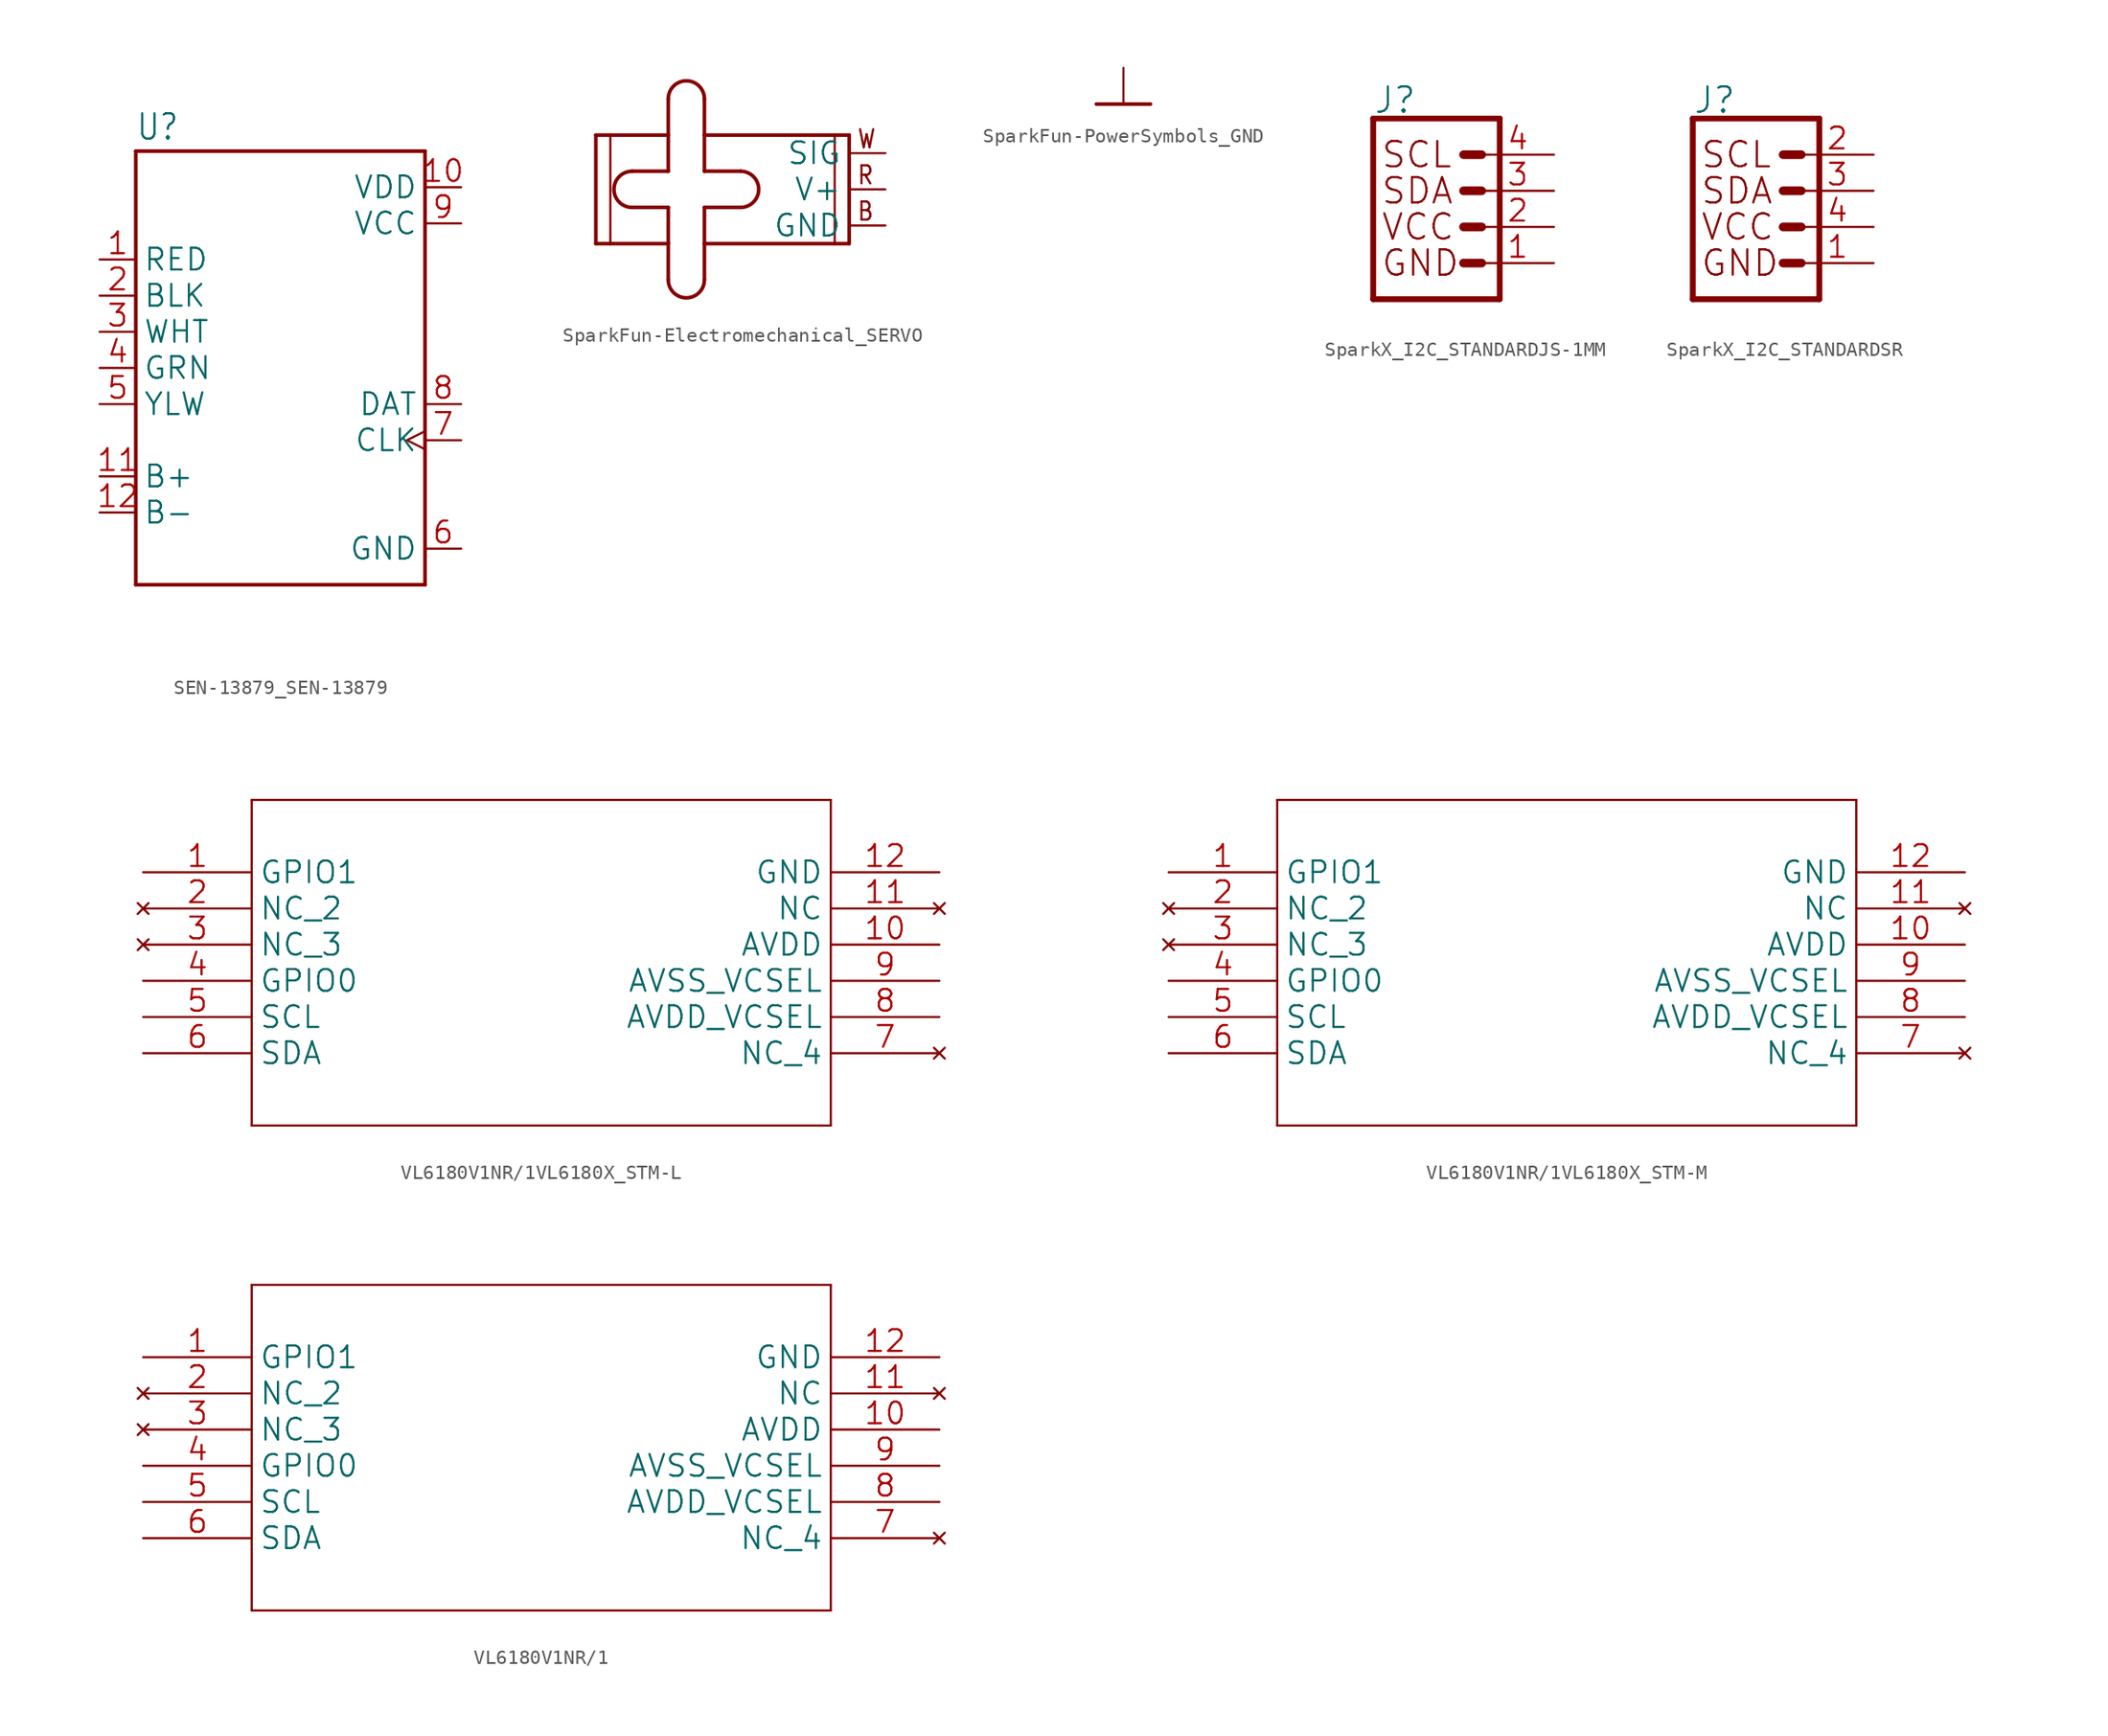
<source format=kicad_sym>
(kicad_symbol_lib
  (version 20241209)
  (generator "kicad_symbol_editor")
  (generator_version "9.0")
  (symbol "SEN-13879_SEN-13879"
    (property "Reference" "U"
      (at -10.172 15.894 0)
      (effects (font (size 1.78 1.513)) (justify left bottom)))
    (property "Value" ""
      (at -10.164 -17.787 0)
      (effects (font (size 1.779 1.512)) (justify left bottom)))
    (property "ki_locked" ""
      (at 0 0 0)
      (effects (font (size 1.27 1.27))))
    (symbol "SEN-13879_SEN-13879_1_0"
      (polyline (pts (xy -10.16 15.24) (xy 10.16 15.24)) (stroke (width 0.254) (type solid)) (fill (type none)))
      (polyline (pts (xy -10.16 -15.24) (xy -10.16 15.24)) (stroke (width 0.254) (type solid)) (fill (type none)))
      (polyline (pts (xy 10.16 15.24) (xy 10.16 -15.24)) (stroke (width 0.254) (type solid)) (fill (type none)))
      (polyline (pts (xy 10.16 -15.24) (xy -10.16 -15.24)) (stroke (width 0.254) (type solid)) (fill (type none)))
      (pin bidirectional line (at -12.7 7.62 0) (length 2.54) (name "RED" (effects (font (size 1.524 1.524)))) (number "1" (effects (font (size 1.524 1.524)))))
      (pin bidirectional line (at -12.7 5.08 0) (length 2.54) (name "BLK" (effects (font (size 1.524 1.524)))) (number "2" (effects (font (size 1.524 1.524)))))
      (pin input line (at -12.7 2.54 0) (length 2.54) (name "WHT" (effects (font (size 1.524 1.524)))) (number "3" (effects (font (size 1.524 1.524)))))
      (pin input line (at -12.7 0 0) (length 2.54) (name "GRN" (effects (font (size 1.524 1.524)))) (number "4" (effects (font (size 1.524 1.524)))))
      (pin bidirectional line (at -12.7 -2.54 0) (length 2.54) (name "YLW" (effects (font (size 1.524 1.524)))) (number "5" (effects (font (size 1.524 1.524)))))
      (pin input line (at -12.7 -7.62 0) (length 2.54) (name "B+" (effects (font (size 1.524 1.524)))) (number "11" (effects (font (size 1.524 1.524)))))
      (pin input line (at -12.7 -10.16 0) (length 2.54) (name "B-" (effects (font (size 1.524 1.524)))) (number "12" (effects (font (size 1.524 1.524)))))
      (pin power_in line (at 12.7 12.7 180) (length 2.54) (name "VDD" (effects (font (size 1.524 1.524)))) (number "10" (effects (font (size 1.524 1.524)))))
      (pin power_in line (at 12.7 10.16 180) (length 2.54) (name "VCC" (effects (font (size 1.524 1.524)))) (number "9" (effects (font (size 1.524 1.524)))))
      (pin output line (at 12.7 -2.54 180) (length 2.54) (name "DAT" (effects (font (size 1.524 1.524)))) (number "8" (effects (font (size 1.524 1.524)))))
      (pin input clock (at 12.7 -5.08 180) (length 2.54) (name "CLK" (effects (font (size 1.524 1.524)))) (number "7" (effects (font (size 1.524 1.524)))))
      (pin power_in line (at 12.7 -12.7 180) (length 2.54) (name "GND" (effects (font (size 1.524 1.524)))) (number "6" (effects (font (size 1.524 1.524)))))))
  (symbol "SparkFun-Electromechanical_SERVO"
    (property "Reference" "M"
      (at -9.906 1.524 0)
      (effects (font (size 1.778 1.778)) (justify left bottom) (hide yes)))
    (property "ki_locked" ""
      (at 0 0 0)
      (effects (font (size 1.27 1.27))))
    (symbol "SparkFun-Electromechanical_SERVO_1_0"
      (polyline (pts (xy -17.78 1.27) (xy -17.78 -6.35)) (stroke (width 0.254) (type solid)) (fill (type none)))
      (polyline (pts (xy -17.78 -6.35) (xy -16.764 -6.35)) (stroke (width 0.254) (type solid)) (fill (type none)))
      (polyline (pts (xy -16.764 1.27) (xy -17.78 1.27)) (stroke (width 0.254) (type solid)) (fill (type none)))
      (polyline (pts (xy -16.764 1.27) (xy -16.764 -6.35)) (stroke (width 0.152) (type solid)) (fill (type none)))
      (polyline (pts (xy -16.764 -6.35) (xy -12.7 -6.35)) (stroke (width 0.254) (type solid)) (fill (type none)))
      (polyline (pts (xy -15.24 -1.27) (xy -12.7 -1.27)) (stroke (width 0.254) (type solid)) (fill (type none)))
      (arc (start -15.24 -3.81) (mid -16.51 -2.54) (end -15.24 -1.27) (stroke (width 0.254) (type solid)) (fill (type none)))
      (polyline (pts (xy -15.24 -3.81) (xy -12.7 -3.81)) (stroke (width 0.254) (type solid)) (fill (type none)))
      (polyline (pts (xy -12.7 1.27) (xy -16.764 1.27)) (stroke (width 0.254) (type solid)) (fill (type none)))
      (polyline (pts (xy -12.7 1.27) (xy -12.7 3.81)) (stroke (width 0.254) (type solid)) (fill (type none)))
      (polyline (pts (xy -12.7 -1.27) (xy -12.7 1.27)) (stroke (width 0.254) (type solid)) (fill (type none)))
      (polyline (pts (xy -12.7 -3.81) (xy -12.7 -6.35)) (stroke (width 0.254) (type solid)) (fill (type none)))
      (polyline (pts (xy -12.7 -6.35) (xy -12.7 -8.89)) (stroke (width 0.254) (type solid)) (fill (type none)))
      (arc (start -12.7 3.81) (mid -11.43 5.08) (end -10.16 3.81) (stroke (width 0.254) (type solid)) (fill (type none)))
      (arc (start -10.16 -8.89) (mid -11.43 -10.16) (end -12.7 -8.89) (stroke (width 0.254) (type solid)) (fill (type none)))
      (polyline (pts (xy -10.16 3.81) (xy -10.16 1.27)) (stroke (width 0.254) (type solid)) (fill (type none)))
      (polyline (pts (xy -10.16 1.27) (xy -10.16 -1.27)) (stroke (width 0.254) (type solid)) (fill (type none)))
      (polyline (pts (xy -10.16 -1.27) (xy -7.62 -1.27)) (stroke (width 0.254) (type solid)) (fill (type none)))
      (polyline (pts (xy -10.16 -3.81) (xy -10.16 -6.35)) (stroke (width 0.254) (type solid)) (fill (type none)))
      (polyline (pts (xy -10.16 -6.35) (xy -10.16 -8.89)) (stroke (width 0.254) (type solid)) (fill (type none)))
      (polyline (pts (xy -10.16 -6.35) (xy -1.016 -6.35)) (stroke (width 0.254) (type solid)) (fill (type none)))
      (arc (start -7.62 -1.27) (mid -6.35 -2.54) (end -7.62 -3.81) (stroke (width 0.254) (type solid)) (fill (type none)))
      (polyline (pts (xy -7.62 -3.81) (xy -10.16 -3.81)) (stroke (width 0.254) (type solid)) (fill (type none)))
      (polyline (pts (xy -1.016 1.27) (xy -10.16 1.27)) (stroke (width 0.254) (type solid)) (fill (type none)))
      (polyline (pts (xy -1.016 1.27) (xy -1.016 -6.35)) (stroke (width 0.152) (type solid)) (fill (type none)))
      (polyline (pts (xy -1.016 -6.35) (xy 0 -6.35)) (stroke (width 0.254) (type solid)) (fill (type none)))
      (polyline (pts (xy 0 1.27) (xy -1.016 1.27)) (stroke (width 0.254) (type solid)) (fill (type none)))
      (polyline (pts (xy 0 -6.35) (xy 0 1.27)) (stroke (width 0.254) (type solid)) (fill (type none)))
      (text "W" (at 0.508 0.254 0) (effects (font (size 1.27 1.079)) (justify left bottom)))
      (text "R" (at 0.508 -2.286 0) (effects (font (size 1.27 1.079)) (justify left bottom)))
      (text "B" (at 0.508 -4.826 0) (effects (font (size 1.27 1.079)) (justify left bottom)))
      (pin bidirectional line (at 2.54 0 180) (length 2.54) (name "SIG" (effects (font (size 1.524 1.524)))) (number "1" (effects (font (size 0 0)))))
      (pin bidirectional line (at 2.54 -2.54 180) (length 2.54) (name "V+" (effects (font (size 1.524 1.524)))) (number "2" (effects (font (size 0 0)))))
      (pin bidirectional line (at 2.54 -5.08 180) (length 2.54) (name "GND" (effects (font (size 1.524 1.524)))) (number "3" (effects (font (size 0 0)))))))
  (symbol "SparkFun-PowerSymbols_GND"
    (power)
    (property "Reference" "#GND"
      (at 0 0 0)
      (effects (font (size 1.27 1.27)) (hide yes)))
    (property "Value" ""
      (at 0 -0.254 0)
      (effects (font (size 1.778 1.778)) (justify top)))
    (property "ki_locked" ""
      (at 0 0 0)
      (effects (font (size 1.27 1.27))))
    (symbol "SparkFun-PowerSymbols_GND_1_0"
      (polyline (pts (xy -1.905 0) (xy 1.905 0)) (stroke (width 0.254) (type solid)) (fill (type none)))
      (pin power_in line (at 0 2.54 270) (length 2.54) (name "GND" (effects (font (size 0 0)))) (number "1" (effects (font (size 0 0)))))))
  (symbol "SparkX_I2C_STANDARDJS-1MM"
    (property "Reference" "J"
      (at -5.08 7.874 0)
      (effects (font (size 1.778 1.778)) (justify left bottom)))
    (property "Value" ""
      (at -5.08 -5.334 0)
      (effects (font (size 1.778 1.778)) (justify left top)))
    (property "ki_locked" ""
      (at 0 0 0)
      (effects (font (size 1.27 1.27))))
    (symbol "SparkX_I2C_STANDARDJS-1MM_1_0"
      (polyline (pts (xy -5.08 7.62) (xy -5.08 -5.08)) (stroke (width 0.406) (type solid)) (fill (type none)))
      (polyline (pts (xy -5.08 7.62) (xy 3.81 7.62)) (stroke (width 0.406) (type solid)) (fill (type none)))
      (polyline (pts (xy 1.27 5.08) (xy 2.54 5.08)) (stroke (width 0.61) (type solid)) (fill (type none)))
      (polyline (pts (xy 1.27 2.54) (xy 2.54 2.54)) (stroke (width 0.61) (type solid)) (fill (type none)))
      (polyline (pts (xy 1.27 0) (xy 2.54 0)) (stroke (width 0.61) (type solid)) (fill (type none)))
      (polyline (pts (xy 1.27 -2.54) (xy 2.54 -2.54)) (stroke (width 0.61) (type solid)) (fill (type none)))
      (polyline (pts (xy 3.81 -5.08) (xy -5.08 -5.08)) (stroke (width 0.406) (type solid)) (fill (type none)))
      (polyline (pts (xy 3.81 -5.08) (xy 3.81 7.62)) (stroke (width 0.406) (type solid)) (fill (type none)))
      (text "SCL" (at -4.572 5.08 0) (effects (font (size 1.778 1.778)) (justify left)))
      (text "SDA" (at -4.572 2.54 0) (effects (font (size 1.778 1.778)) (justify left)))
      (text "VCC" (at -4.572 0 0) (effects (font (size 1.778 1.778)) (justify left)))
      (text "GND" (at -4.572 -2.54 0) (effects (font (size 1.778 1.778)) (justify left)))
      (pin passive line (at 7.62 5.08 180) (length 5.08) (name "SCL" (effects (font (size 0 0)))) (number "4" (effects (font (size 1.524 1.524)))))
      (pin passive line (at 7.62 2.54 180) (length 5.08) (name "SDA" (effects (font (size 0 0)))) (number "3" (effects (font (size 1.524 1.524)))))
      (pin power_in line (at 7.62 0 180) (length 5.08) (name "VCC" (effects (font (size 0 0)))) (number "2" (effects (font (size 1.524 1.524)))))
      (pin power_in line (at 7.62 -2.54 180) (length 5.08) (name "GND" (effects (font (size 0 0)))) (number "1" (effects (font (size 1.524 1.524)))))))
  (symbol "SparkX_I2C_STANDARDSR"
    (property "Reference" "J"
      (at -5.08 7.874 0)
      (effects (font (size 1.778 1.778)) (justify left bottom)))
    (property "Value" ""
      (at -5.08 -5.334 0)
      (effects (font (size 1.778 1.778)) (justify left top)))
    (property "ki_locked" ""
      (at 0 0 0)
      (effects (font (size 1.27 1.27))))
    (symbol "SparkX_I2C_STANDARDSR_1_0"
      (polyline (pts (xy -5.08 7.62) (xy -5.08 -5.08)) (stroke (width 0.406) (type solid)) (fill (type none)))
      (polyline (pts (xy -5.08 7.62) (xy 3.81 7.62)) (stroke (width 0.406) (type solid)) (fill (type none)))
      (polyline (pts (xy 1.27 5.08) (xy 2.54 5.08)) (stroke (width 0.61) (type solid)) (fill (type none)))
      (polyline (pts (xy 1.27 2.54) (xy 2.54 2.54)) (stroke (width 0.61) (type solid)) (fill (type none)))
      (polyline (pts (xy 1.27 0) (xy 2.54 0)) (stroke (width 0.61) (type solid)) (fill (type none)))
      (polyline (pts (xy 1.27 -2.54) (xy 2.54 -2.54)) (stroke (width 0.61) (type solid)) (fill (type none)))
      (polyline (pts (xy 3.81 -5.08) (xy -5.08 -5.08)) (stroke (width 0.406) (type solid)) (fill (type none)))
      (polyline (pts (xy 3.81 -5.08) (xy 3.81 7.62)) (stroke (width 0.406) (type solid)) (fill (type none)))
      (text "SCL" (at -4.572 5.08 0) (effects (font (size 1.778 1.778)) (justify left)))
      (text "SDA" (at -4.572 2.54 0) (effects (font (size 1.778 1.778)) (justify left)))
      (text "VCC" (at -4.572 0 0) (effects (font (size 1.778 1.778)) (justify left)))
      (text "GND" (at -4.572 -2.54 0) (effects (font (size 1.778 1.778)) (justify left)))
      (pin passive line (at 7.62 5.08 180) (length 5.08) (name "SCL" (effects (font (size 0 0)))) (number "2" (effects (font (size 1.524 1.524)))))
      (pin passive line (at 7.62 2.54 180) (length 5.08) (name "SDA" (effects (font (size 0 0)))) (number "3" (effects (font (size 1.524 1.524)))))
      (pin power_in line (at 7.62 0 180) (length 5.08) (name "VCC" (effects (font (size 0 0)))) (number "4" (effects (font (size 1.524 1.524)))))
      (pin power_in line (at 7.62 -2.54 180) (length 5.08) (name "GND" (effects (font (size 0 0)))) (number "1" (effects (font (size 1.524 1.524)))))))
  (symbol "VL6180V1NR/1VL6180X_STM-L"
    (property "Reference" "U"
      (at 23.216 9.119 0)
      (effects (font (size 2.083 1.77)) (justify left bottom) (hide yes)))
    (property "ki_locked" ""
      (at 0 0 0)
      (effects (font (size 1.27 1.27))))
    (symbol "VL6180V1NR/1VL6180X_STM-L_1_0"
      (polyline (pts (xy 7.62 5.08) (xy 7.62 -17.78)) (stroke (width 0.152) (type solid)) (fill (type none)))
      (polyline (pts (xy 7.62 -17.78) (xy 48.26 -17.78)) (stroke (width 0.152) (type solid)) (fill (type none)))
      (polyline (pts (xy 48.26 5.08) (xy 7.62 5.08)) (stroke (width 0.152) (type solid)) (fill (type none)))
      (polyline (pts (xy 48.26 -17.78) (xy 48.26 5.08)) (stroke (width 0.152) (type solid)) (fill (type none)))
      (pin bidirectional line (at 0 0 0) (length 7.62) (name "GPIO1" (effects (font (size 1.524 1.524)))) (number "1" (effects (font (size 1.524 1.524)))))
      (pin no_connect line (at 0 -2.54 0) (length 7.62) (name "NC_2" (effects (font (size 1.524 1.524)))) (number "2" (effects (font (size 1.524 1.524)))))
      (pin no_connect line (at 0 -5.08 0) (length 7.62) (name "NC_3" (effects (font (size 1.524 1.524)))) (number "3" (effects (font (size 1.524 1.524)))))
      (pin bidirectional line (at 0 -7.62 0) (length 7.62) (name "GPIO0" (effects (font (size 1.524 1.524)))) (number "4" (effects (font (size 1.524 1.524)))))
      (pin input line (at 0 -10.16 0) (length 7.62) (name "SCL" (effects (font (size 1.524 1.524)))) (number "5" (effects (font (size 1.524 1.524)))))
      (pin bidirectional line (at 0 -12.7 0) (length 7.62) (name "SDA" (effects (font (size 1.524 1.524)))) (number "6" (effects (font (size 1.524 1.524)))))
      (pin passive line (at 55.88 0 180) (length 7.62) (name "GND" (effects (font (size 1.524 1.524)))) (number "12" (effects (font (size 1.524 1.524)))))
      (pin no_connect line (at 55.88 -2.54 180) (length 7.62) (name "NC" (effects (font (size 1.524 1.524)))) (number "11" (effects (font (size 1.524 1.524)))))
      (pin power_in line (at 55.88 -5.08 180) (length 7.62) (name "AVDD" (effects (font (size 1.524 1.524)))) (number "10" (effects (font (size 1.524 1.524)))))
      (pin passive line (at 55.88 -7.62 180) (length 7.62) (name "AVSS_VCSEL" (effects (font (size 1.524 1.524)))) (number "9" (effects (font (size 1.524 1.524)))))
      (pin power_in line (at 55.88 -10.16 180) (length 7.62) (name "AVDD_VCSEL" (effects (font (size 1.524 1.524)))) (number "8" (effects (font (size 1.524 1.524)))))
      (pin no_connect line (at 55.88 -12.7 180) (length 7.62) (name "NC_4" (effects (font (size 1.524 1.524)))) (number "7" (effects (font (size 1.524 1.524)))))))
  (symbol "VL6180V1NR/1VL6180X_STM-M"
    (property "Reference" "U"
      (at 23.216 9.119 0)
      (effects (font (size 2.083 1.77)) (justify left bottom) (hide yes)))
    (property "ki_locked" ""
      (at 0 0 0)
      (effects (font (size 1.27 1.27))))
    (symbol "VL6180V1NR/1VL6180X_STM-M_1_0"
      (polyline (pts (xy 7.62 5.08) (xy 7.62 -17.78)) (stroke (width 0.152) (type solid)) (fill (type none)))
      (polyline (pts (xy 7.62 -17.78) (xy 48.26 -17.78)) (stroke (width 0.152) (type solid)) (fill (type none)))
      (polyline (pts (xy 48.26 5.08) (xy 7.62 5.08)) (stroke (width 0.152) (type solid)) (fill (type none)))
      (polyline (pts (xy 48.26 -17.78) (xy 48.26 5.08)) (stroke (width 0.152) (type solid)) (fill (type none)))
      (pin bidirectional line (at 0 0 0) (length 7.62) (name "GPIO1" (effects (font (size 1.524 1.524)))) (number "1" (effects (font (size 1.524 1.524)))))
      (pin no_connect line (at 0 -2.54 0) (length 7.62) (name "NC_2" (effects (font (size 1.524 1.524)))) (number "2" (effects (font (size 1.524 1.524)))))
      (pin no_connect line (at 0 -5.08 0) (length 7.62) (name "NC_3" (effects (font (size 1.524 1.524)))) (number "3" (effects (font (size 1.524 1.524)))))
      (pin bidirectional line (at 0 -7.62 0) (length 7.62) (name "GPIO0" (effects (font (size 1.524 1.524)))) (number "4" (effects (font (size 1.524 1.524)))))
      (pin input line (at 0 -10.16 0) (length 7.62) (name "SCL" (effects (font (size 1.524 1.524)))) (number "5" (effects (font (size 1.524 1.524)))))
      (pin bidirectional line (at 0 -12.7 0) (length 7.62) (name "SDA" (effects (font (size 1.524 1.524)))) (number "6" (effects (font (size 1.524 1.524)))))
      (pin passive line (at 55.88 0 180) (length 7.62) (name "GND" (effects (font (size 1.524 1.524)))) (number "12" (effects (font (size 1.524 1.524)))))
      (pin no_connect line (at 55.88 -2.54 180) (length 7.62) (name "NC" (effects (font (size 1.524 1.524)))) (number "11" (effects (font (size 1.524 1.524)))))
      (pin power_in line (at 55.88 -5.08 180) (length 7.62) (name "AVDD" (effects (font (size 1.524 1.524)))) (number "10" (effects (font (size 1.524 1.524)))))
      (pin passive line (at 55.88 -7.62 180) (length 7.62) (name "AVSS_VCSEL" (effects (font (size 1.524 1.524)))) (number "9" (effects (font (size 1.524 1.524)))))
      (pin power_in line (at 55.88 -10.16 180) (length 7.62) (name "AVDD_VCSEL" (effects (font (size 1.524 1.524)))) (number "8" (effects (font (size 1.524 1.524)))))
      (pin no_connect line (at 55.88 -12.7 180) (length 7.62) (name "NC_4" (effects (font (size 1.524 1.524)))) (number "7" (effects (font (size 1.524 1.524)))))))
  (symbol "VL6180V1NR/1"
    (property "Reference" "U"
      (at 23.216 9.119 0)
      (effects (font (size 2.083 1.77)) (justify left bottom) (hide yes)))
    (property "ki_locked" ""
      (at 0 0 0)
      (effects (font (size 1.27 1.27))))
    (symbol "VL6180V1NR/1_1_0"
      (polyline (pts (xy 7.62 5.08) (xy 7.62 -17.78)) (stroke (width 0.152) (type solid)) (fill (type none)))
      (polyline (pts (xy 7.62 -17.78) (xy 48.26 -17.78)) (stroke (width 0.152) (type solid)) (fill (type none)))
      (polyline (pts (xy 48.26 5.08) (xy 7.62 5.08)) (stroke (width 0.152) (type solid)) (fill (type none)))
      (polyline (pts (xy 48.26 -17.78) (xy 48.26 5.08)) (stroke (width 0.152) (type solid)) (fill (type none)))
      (pin bidirectional line (at 0 0 0) (length 7.62) (name "GPIO1" (effects (font (size 1.524 1.524)))) (number "1" (effects (font (size 1.524 1.524)))))
      (pin no_connect line (at 0 -2.54 0) (length 7.62) (name "NC_2" (effects (font (size 1.524 1.524)))) (number "2" (effects (font (size 1.524 1.524)))))
      (pin no_connect line (at 0 -5.08 0) (length 7.62) (name "NC_3" (effects (font (size 1.524 1.524)))) (number "3" (effects (font (size 1.524 1.524)))))
      (pin bidirectional line (at 0 -7.62 0) (length 7.62) (name "GPIO0" (effects (font (size 1.524 1.524)))) (number "4" (effects (font (size 1.524 1.524)))))
      (pin input line (at 0 -10.16 0) (length 7.62) (name "SCL" (effects (font (size 1.524 1.524)))) (number "5" (effects (font (size 1.524 1.524)))))
      (pin bidirectional line (at 0 -12.7 0) (length 7.62) (name "SDA" (effects (font (size 1.524 1.524)))) (number "6" (effects (font (size 1.524 1.524)))))
      (pin passive line (at 55.88 0 180) (length 7.62) (name "GND" (effects (font (size 1.524 1.524)))) (number "12" (effects (font (size 1.524 1.524)))))
      (pin no_connect line (at 55.88 -2.54 180) (length 7.62) (name "NC" (effects (font (size 1.524 1.524)))) (number "11" (effects (font (size 1.524 1.524)))))
      (pin power_in line (at 55.88 -5.08 180) (length 7.62) (name "AVDD" (effects (font (size 1.524 1.524)))) (number "10" (effects (font (size 1.524 1.524)))))
      (pin passive line (at 55.88 -7.62 180) (length 7.62) (name "AVSS_VCSEL" (effects (font (size 1.524 1.524)))) (number "9" (effects (font (size 1.524 1.524)))))
      (pin power_in line (at 55.88 -10.16 180) (length 7.62) (name "AVDD_VCSEL" (effects (font (size 1.524 1.524)))) (number "8" (effects (font (size 1.524 1.524)))))
      (pin no_connect line (at 55.88 -12.7 180) (length 7.62) (name "NC_4" (effects (font (size 1.524 1.524)))) (number "7" (effects (font (size 1.524 1.524))))))))
</source>
